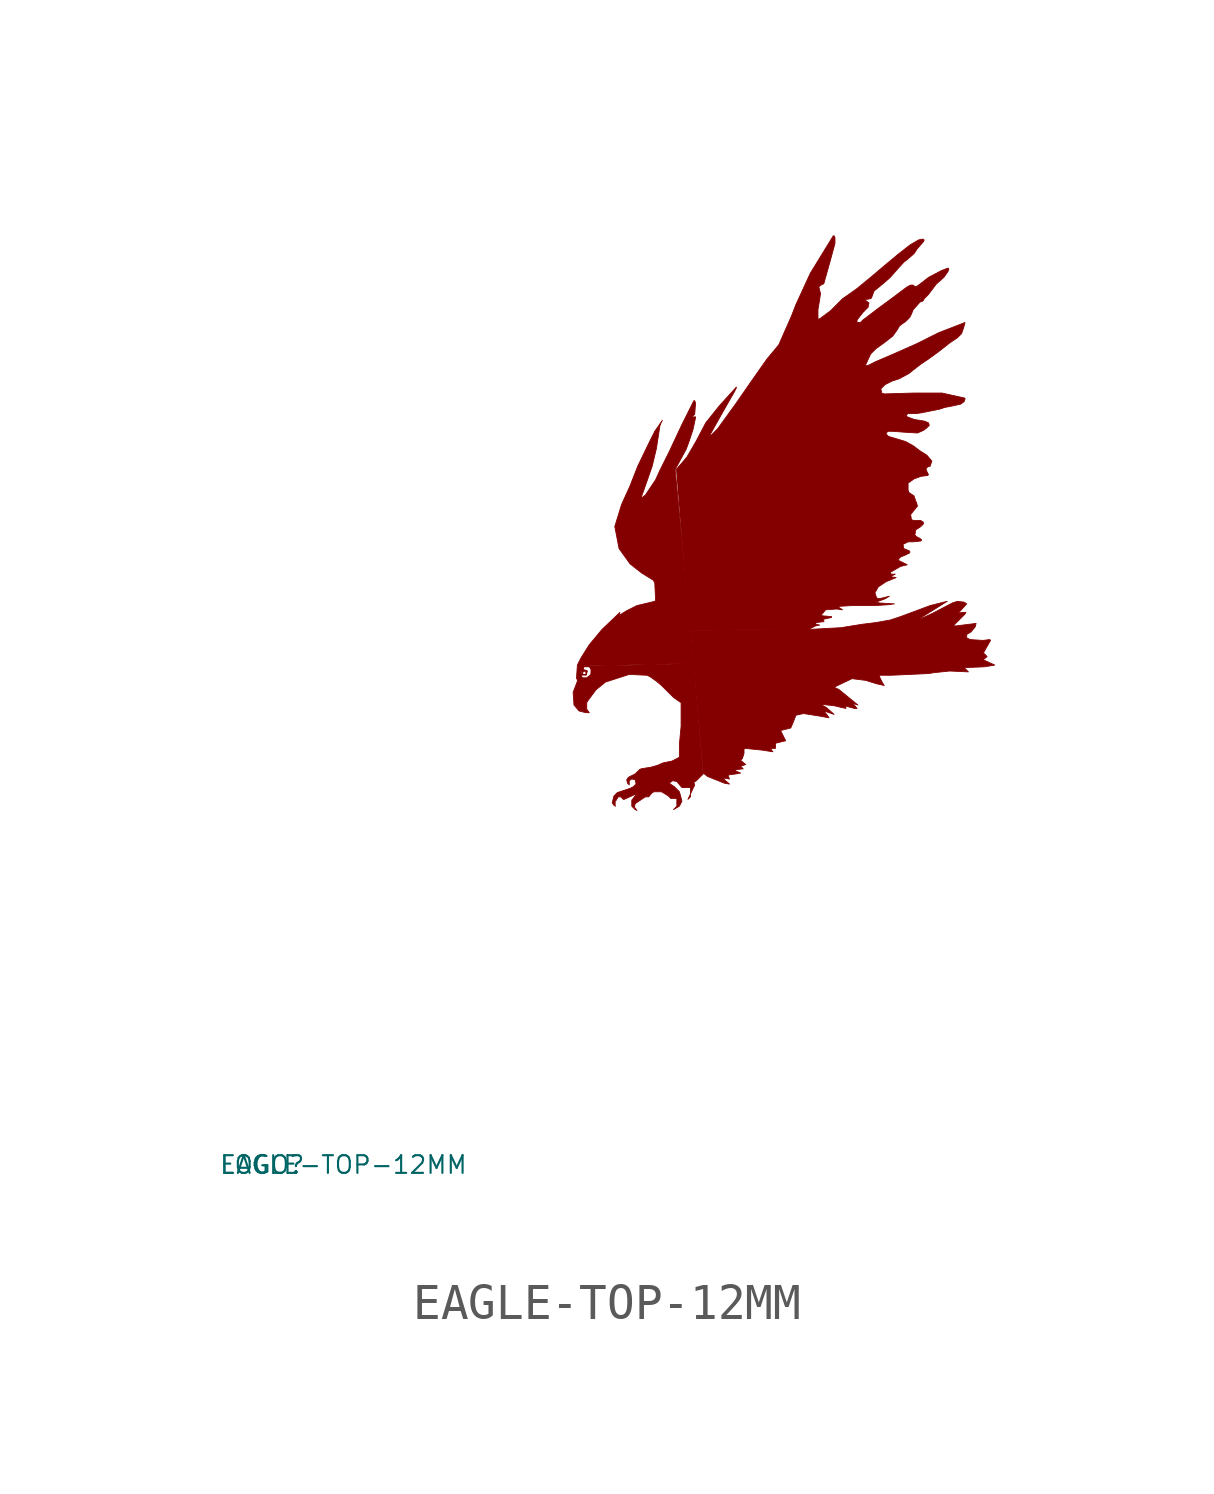
<source format=kicad_sym>
(kicad_symbol_lib
  (version 20220914)
  (generator Eagle2Kicad)
  (symbol "EAGLE-TOP-12MM"
    (property "Reference" "LOGO"
      (at -10 -10 0)
      (effects (font (size 0.5 0.5) (thickness 0.06)) (justify left)))
    (property "Value" "EAGLE-TOP-12MM"
      (at -10 -10 0)
      (effects (font (size 0.5 0.5) (thickness 0.06)) (justify left)))
    (polyline
      (pts (xy 1.226 0.144) (xy 1.178 0.168) (xy 1.13 0.24) (xy 1.178 0.433) (xy 1.274 0.529) (xy 1.491 0.601) (xy 1.635 0.649) (xy 1.732 0.698) (xy 1.804 0.77) (xy 1.78 0.89) (xy 1.683 0.914) (xy 1.611 0.866) (xy 1.611 0.746) (xy 1.563 0.794) (xy 1.539 0.89) (xy 1.587 0.962) (xy 1.683 1.01) (xy 1.78 1.058) (xy 1.828 1.106) (xy 1.9 1.178) (xy 1.948 1.202) (xy 2.237 1.25) (xy 2.405 1.299) (xy 2.573 1.371) (xy 2.693 1.395) (xy 2.814 1.419) (xy 3.006 1.515) (xy 3.03 1.539) (xy 3.03 1.9) (xy 3.078 2.405) (xy 3.078 3.078) (xy 3.03 3.102) (xy 2.862 3.223) (xy 2.693 3.391) (xy 2.525 3.559) (xy 2.381 3.679) (xy 2.213 3.799) (xy 2.116 3.848) (xy 1.611 3.872) (xy 0.938 3.655) (xy 0.673 3.439) (xy 0.457 3.15) (xy 0.409 3.078) (xy 0.409 2.886) (xy 0.481 2.789) (xy 0.385 2.789) (xy 0.192 2.838) (xy 0.048 3.006) (xy 0.024 3.367) (xy 0.144 3.679) (xy 0.144 3.704) (xy 0.12 3.776) (xy 0.144 4.136) (xy 0.24 4.329) (xy 0.481 4.713) (xy 0.842 5.146) (xy 1.347 5.627) (xy 1.323 5.555) (xy 1.347 5.555) (xy 1.539 5.675) (xy 1.828 5.82) (xy 2.333 5.94) (xy 2.357 5.964) (xy 2.333 6.469) (xy 2.285 6.541) (xy 1.972 6.734) (xy 1.635 6.998) (xy 1.323 7.431) (xy 1.202 8.056) (xy 1.395 8.681) (xy 1.635 9.21) (xy 1.852 9.764) (xy 2.188 10.461) (xy 2.333 10.749) (xy 2.549 11.062) (xy 2.501 10.966) (xy 2.477 10.894) (xy 2.381 10.268) (xy 2.261 9.764) (xy 2.068 9.21) (xy 1.948 8.874) (xy 1.972 8.874) (xy 2.068 8.946) (xy 2.357 9.379) (xy 2.477 9.643) (xy 2.741 10.172) (xy 3.102 10.942) (xy 3.439 11.615) (xy 3.463 11.615) (xy 3.487 11.543) (xy 3.463 11.231) (xy 3.391 11.158) (xy 3.391 11.134) (xy 3.439 11.158) (xy 3.487 11.158) (xy 3.487 11.134) (xy 3.415 10.798) (xy 3.295 10.437) (xy 3.223 10.244) (xy 3.054 9.932) (xy 2.91 9.667) (xy 3.439 4.184) (xy 0.337 4.112) (xy 0.24 3.968) (xy 0.24 3.848) (xy 0.265 3.776) (xy 0.313 3.752) (xy 0.409 3.752) (xy 0.529 3.848) (xy 0.529 4.064) (xy 0.481 4.112) (xy 0.842 4.112) (xy 3.439 4.184) (xy 3.704 1.058) (xy 3.511 0.866) (xy 3.439 0.818) (xy 3.463 0.746) (xy 3.271 0.337) (xy 3.343 0.409) (xy 3.343 0.673) (xy 3.102 0.673) (xy 3.078 0.698) (xy 2.958 0.842) (xy 2.838 0.866) (xy 2.741 0.794) (xy 2.886 0.698) (xy 3.03 0.553) (xy 3.102 0.289) (xy 3.03 0.144) (xy 2.862 0.048) (xy 2.958 0.144) (xy 2.958 0.361) (xy 2.789 0.361) (xy 2.717 0.433) (xy 2.525 0.553) (xy 2.309 0.553) (xy 2.237 0.505) (xy 2.164 0.409) (xy 2.068 0.409) (xy 1.852 0.265) (xy 1.78 0.216) (xy 1.756 0.12) (xy 1.828 0.024) (xy 1.78 0.048) (xy 1.683 0.144) (xy 1.683 0.313) (xy 1.828 0.505) (xy 1.732 0.457) (xy 1.467 0.337) (xy 1.443 0.337) (xy 1.371 0.409) (xy 1.299 0.409) (xy 1.226 0.289))
      (stroke (width 0.024) (type default))
      (fill (type outline)))
    (polyline
      (pts (xy 2.934 9.667) (xy 2.982 9.716) (xy 3.247 10.028) (xy 3.511 10.485) (xy 3.776 10.99) (xy 4.16 11.471) (xy 4.641 12) (xy 4.641 11.976) (xy 4.593 11.88) (xy 4.208 11.206) (xy 3.872 10.605) (xy 3.944 10.653) (xy 4.112 10.822) (xy 4.425 11.255) (xy 4.617 11.519) (xy 5.05 12.144) (xy 5.507 12.794) (xy 5.747 13.082) (xy 5.844 13.202) (xy 6.204 14.02) (xy 6.325 14.333) (xy 6.734 15.222) (xy 7.383 16.28) (xy 7.407 16.28) (xy 7.431 16.232) (xy 7.431 16.064) (xy 7.287 15.535) (xy 7.118 14.934) (xy 7.094 14.91) (xy 7.07 14.91) (xy 6.974 14.838) (xy 6.998 14.741) (xy 7.022 14.645) (xy 6.998 14.477) (xy 6.95 14.188) (xy 6.95 13.924) (xy 6.974 13.924) (xy 7.022 13.948) (xy 7.311 14.164) (xy 7.647 14.501) (xy 7.888 14.669) (xy 8.056 14.79) (xy 8.465 15.126) (xy 8.777 15.391) (xy 9.21 15.752) (xy 9.547 16.016) (xy 9.788 16.16) (xy 9.884 16.184) (xy 9.932 16.184) (xy 9.956 16.16) (xy 9.932 16.112) (xy 9.764 15.92) (xy 9.667 15.776) (xy 9.475 15.607) (xy 9.379 15.535) (xy 9.162 15.294) (xy 8.994 15.102) (xy 8.802 14.934) (xy 8.537 14.717) (xy 8.465 14.525) (xy 8.441 14.501) (xy 8.297 14.477) (xy 8.297 14.453) (xy 8.393 14.381) (xy 8.369 14.26) (xy 8.225 14.116) (xy 8.056 13.9) (xy 8.056 13.828) (xy 8.152 13.828) (xy 8.225 13.9) (xy 8.633 14.212) (xy 8.994 14.477) (xy 9.475 14.838) (xy 9.571 14.886) (xy 9.643 14.886) (xy 9.667 14.862) (xy 9.716 14.838) (xy 9.764 14.862) (xy 9.86 14.934) (xy 10.076 15.102) (xy 10.437 15.294) (xy 10.629 15.367) (xy 10.653 15.343) (xy 10.629 15.271) (xy 10.509 15.102) (xy 10.293 14.91) (xy 10.076 14.621) (xy 9.956 14.501) (xy 9.932 14.453) (xy 9.908 14.429) (xy 9.836 14.405) (xy 9.643 14.188) (xy 9.595 14.068) (xy 9.547 13.972) (xy 9.427 13.852) (xy 9.355 13.804) (xy 9.258 13.731) (xy 9.186 13.611) (xy 9.066 13.443) (xy 8.85 13.274) (xy 8.585 13.082) (xy 8.441 12.938) (xy 8.297 12.625) (xy 8.321 12.601) (xy 8.393 12.625) (xy 8.585 12.722) (xy 9.09 12.938) (xy 9.74 13.226) (xy 10.365 13.539) (xy 11.11 13.828) (xy 11.086 13.731) (xy 11.014 13.515) (xy 10.894 13.395) (xy 10.677 13.25) (xy 10.557 13.154) (xy 10.341 12.986) (xy 10.076 12.794) (xy 9.86 12.649) (xy 9.643 12.481) (xy 9.523 12.385) (xy 9.258 12.241) (xy 9.042 12.168) (xy 8.85 12.072) (xy 8.729 11.952) (xy 8.754 11.832) (xy 8.826 11.807) (xy 9.667 11.832) (xy 10.461 11.832) (xy 11.11 11.687) (xy 11.11 11.663) (xy 11.086 11.591) (xy 10.99 11.519) (xy 10.774 11.471) (xy 10.533 11.423) (xy 10.389 11.375) (xy 10.148 11.327) (xy 9.908 11.279) (xy 9.764 11.255) (xy 9.499 11.255) (xy 9.451 11.206) (xy 9.475 11.158) (xy 9.667 11.086) (xy 9.956 11.038) (xy 10.076 10.99) (xy 10.1 10.918) (xy 10.028 10.846) (xy 9.932 10.774) (xy 9.764 10.701) (xy 9.379 10.725) (xy 9.066 10.749) (xy 8.922 10.749) (xy 8.874 10.677) (xy 8.946 10.605) (xy 9.427 10.461) (xy 9.643 10.341) (xy 9.836 10.196) (xy 10.028 10.076) (xy 10.172 9.908) (xy 10.124 9.764) (xy 10.052 9.74) (xy 10.004 9.691) (xy 10.028 9.619) (xy 10.076 9.523) (xy 10.052 9.499) (xy 9.86 9.475) (xy 9.667 9.403) (xy 9.499 9.283) (xy 9.499 9.235) (xy 9.499 9.09) (xy 9.523 9.018) (xy 9.667 8.922) (xy 9.716 8.777) (xy 9.74 8.729) (xy 9.764 8.633) (xy 9.667 8.513) (xy 9.571 8.393) (xy 9.595 8.249) (xy 9.667 8.225) (xy 9.86 8.225) (xy 9.932 8.176) (xy 9.932 8.128) (xy 9.86 8.056) (xy 9.716 7.96) (xy 9.691 7.816) (xy 9.74 7.768) (xy 9.836 7.719) (xy 9.884 7.671) (xy 9.86 7.647) (xy 9.643 7.623) (xy 9.499 7.623) (xy 9.355 7.551) (xy 9.379 7.431) (xy 9.499 7.383) (xy 9.547 7.359) (xy 9.547 7.311) (xy 9.451 7.263) (xy 9.283 7.19) (xy 9.235 7.142) (xy 9.235 7.094) (xy 9.283 7.07) (xy 9.475 6.974) (xy 9.283 6.926) (xy 8.994 6.758) (xy 9.018 6.709) (xy 9.138 6.709) (xy 8.994 6.637) (xy 9.162 6.613) (xy 8.874 6.493) (xy 8.657 6.349) (xy 8.561 6.18) (xy 8.609 6.036) (xy 8.681 6.012) (xy 8.97 6.084) (xy 8.85 6.012) (xy 8.585 5.916) (xy 8.705 5.892) (xy 9.114 5.868) (xy 8.946 5.844) (xy 8.561 5.82) (xy 7.912 5.82) (xy 7.503 5.795) (xy 7.647 5.699) (xy 7.479 5.723) (xy 7.166 5.699) (xy 7.046 5.555) (xy 7.07 5.531) (xy 7.335 5.507) (xy 7.335 5.483) (xy 7.118 5.435) (xy 7.094 5.411) (xy 7.118 5.387) (xy 7.118 5.363) (xy 7.094 5.363) (xy 6.902 5.339) (xy 6.878 5.315) (xy 6.902 5.291) (xy 6.998 5.267) (xy 6.878 5.243) (xy 6.685 5.146) (xy 3.319 5.122))
      (stroke (width 0.024) (type default))
      (fill (type outline)))
    (polyline
      (pts (xy 3.343 5.122) (xy 6.709 5.146) (xy 7.599 5.194) (xy 8.2 5.291) (xy 8.585 5.339) (xy 8.994 5.411) (xy 9.283 5.507) (xy 10.124 5.82) (xy 10.605 5.94) (xy 9.836 5.459) (xy 9.884 5.459) (xy 10.196 5.603) (xy 10.749 5.892) (xy 10.894 5.94) (xy 11.086 5.916) (xy 11.158 5.868) (xy 10.918 5.603) (xy 11.038 5.627) (xy 11.134 5.627) (xy 11.11 5.579) (xy 10.798 5.267) (xy 10.798 5.243) (xy 10.846 5.243) (xy 11.423 5.315) (xy 11.399 5.219) (xy 11.279 5.074) (xy 11.158 5.002) (xy 11.158 4.906) (xy 11.255 4.858) (xy 11.615 4.834) (xy 11.807 4.858) (xy 11.832 4.834) (xy 11.639 4.497) (xy 11.639 4.473) (xy 11.735 4.377) (xy 11.615 4.28) (xy 11.639 4.28) (xy 11.952 4.136) (xy 11.663 4.088) (xy 11.086 4.064) (xy 11.206 3.944) (xy 10.677 3.968) (xy 10.22 3.92) (xy 10.076 3.896) (xy 9.018 3.848) (xy 8.681 3.848) (xy 8.705 3.776) (xy 8.777 3.631) (xy 8.826 3.559) (xy 8.609 3.607) (xy 8.297 3.704) (xy 7.912 3.752) (xy 7.407 3.511) (xy 7.551 3.439) (xy 8.08 3.006) (xy 7.936 3.054) (xy 8.056 2.91) (xy 7.984 2.91) (xy 7.888 2.934) (xy 7.719 2.982) (xy 7.744 2.91) (xy 7.623 2.934) (xy 7.431 2.982) (xy 7.022 3.03) (xy 7.19 2.934) (xy 7.407 2.741) (xy 7.118 2.838) (xy 7.214 2.717) (xy 7.263 2.645) (xy 6.998 2.693) (xy 6.541 2.765) (xy 6.325 2.717) (xy 6.253 2.525) (xy 6.18 2.357) (xy 5.892 2.285) (xy 6.036 1.996) (xy 5.747 1.924) (xy 5.747 1.78) (xy 5.603 1.78) (xy 5.675 1.683) (xy 5.363 1.732) (xy 4.882 1.78) (xy 4.858 1.756) (xy 4.858 1.683) (xy 4.858 1.635) (xy 4.81 1.491) (xy 4.761 1.443) (xy 4.906 1.323) (xy 4.761 1.274) (xy 4.834 1.202) (xy 4.641 1.178) (xy 4.593 1.154) (xy 4.761 1.082) (xy 4.641 1.058) (xy 4.449 1.034) (xy 4.401 1.01) (xy 4.449 0.914) (xy 4.28 0.938) (xy 4.305 0.89) (xy 4.449 0.77) (xy 4.305 0.794) (xy 3.824 0.986) (xy 3.704 1.082))
      (stroke (width 0.024) (type default))
      (fill (type outline)))
    (polyline
      (pts (xy 0.24 3.968) (xy 0.265 4.016) (xy 0.313 4.088) (xy 0.433 4.136) (xy 0.553 4.064) (xy 0.577 3.872) (xy 0.457 3.752) (xy 0.265 3.752) (xy 0.216 3.799) (xy 0.216 3.92) (xy 0.265 3.92) (xy 0.265 3.872) (xy 0.265 3.799) (xy 0.289 3.776) (xy 0.409 3.776) (xy 0.529 3.872) (xy 0.553 3.992) (xy 0.481 4.088) (xy 0.337 4.088) (xy 0.308 4.038) (xy 0.342 3.996) (xy 0.375 3.994) (xy 0.428 3.969) (xy 0.393 3.85) (xy 0.313 3.855) (xy 0.265 3.848) (xy 0.29 3.899) (xy 0.313 3.872) (xy 0.385 3.872) (xy 0.385 3.944) (xy 0.337 3.968) (xy 0.286 3.92) (xy 0.289 3.896))
      (stroke (width 0.024) (type default))
      (fill (type outline)))))
</source>
